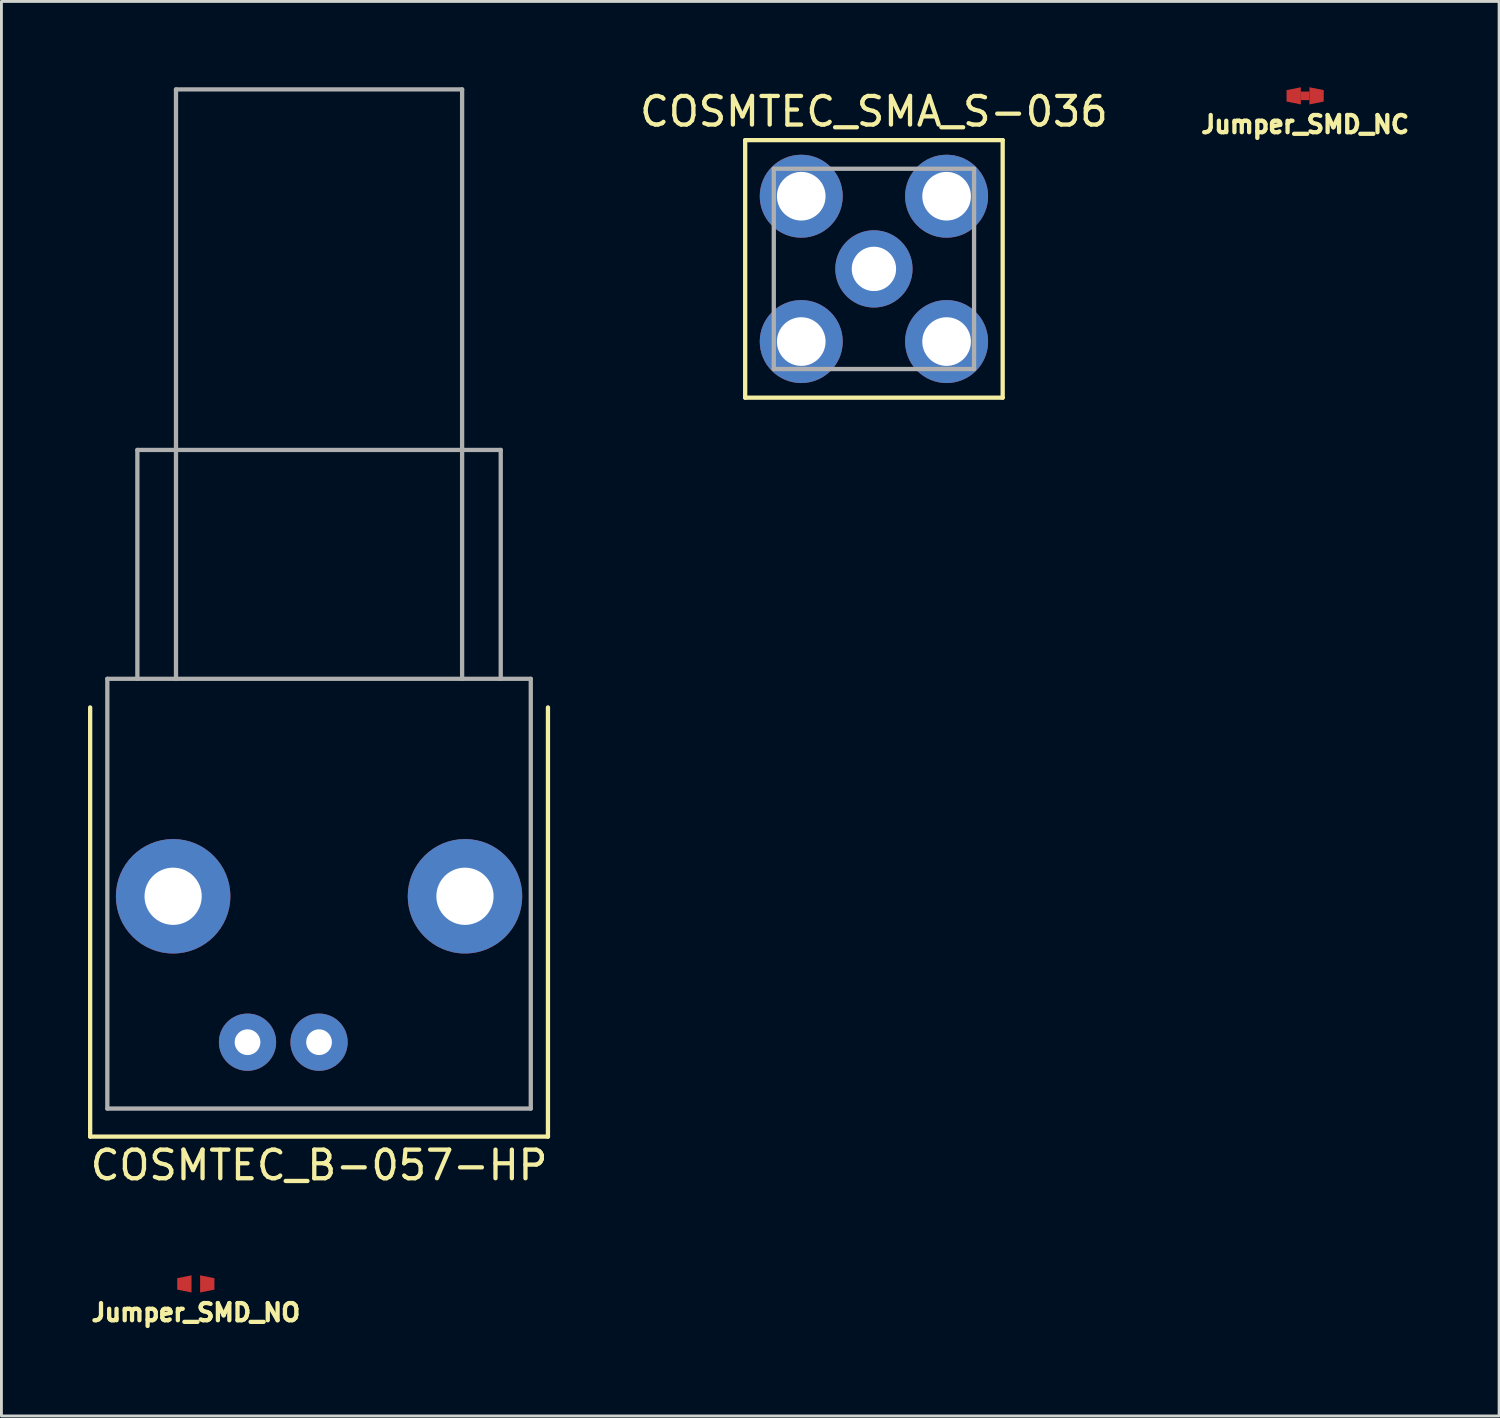
<source format=kicad_pcb>
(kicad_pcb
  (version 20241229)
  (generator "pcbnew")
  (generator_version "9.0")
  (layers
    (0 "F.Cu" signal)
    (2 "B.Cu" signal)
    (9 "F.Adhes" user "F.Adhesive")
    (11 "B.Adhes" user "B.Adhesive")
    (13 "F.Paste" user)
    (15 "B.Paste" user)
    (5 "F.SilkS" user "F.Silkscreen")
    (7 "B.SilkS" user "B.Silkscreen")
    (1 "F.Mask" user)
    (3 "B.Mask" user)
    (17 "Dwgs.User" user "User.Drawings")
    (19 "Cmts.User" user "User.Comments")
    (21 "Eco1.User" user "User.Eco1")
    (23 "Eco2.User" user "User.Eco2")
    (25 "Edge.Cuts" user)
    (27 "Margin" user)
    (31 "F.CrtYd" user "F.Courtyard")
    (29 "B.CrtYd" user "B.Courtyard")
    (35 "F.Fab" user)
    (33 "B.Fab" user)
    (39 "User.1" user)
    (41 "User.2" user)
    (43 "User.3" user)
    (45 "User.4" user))
  (footprint "COSMTEC_SMA_S-036"
    (layer "F.Cu")
    (at 27.494 6.348)
    (property "Reference" "COSMTEC_SMA_S-036" (at 0 -5.5 0) (layer "F.SilkS") (effects (font (size 1 1) (thickness 0.15))))
    (attr through_hole)
    (fp_line (start -4.5 -4.5) (end -4.5 4.5) (stroke (width 0.15) (type solid)) (layer "F.SilkS"))
    (fp_line (start -4.5 4.5) (end 4.5 4.5) (stroke (width 0.15) (type solid)) (layer "F.SilkS"))
    (fp_line (start 4.5 -4.5) (end -4.5 -4.5) (stroke (width 0.15) (type solid)) (layer "F.SilkS"))
    (fp_line (start 4.5 4.5) (end 4.5 -4.5) (stroke (width 0.15) (type solid)) (layer "F.SilkS"))
    (fp_line (start -3.5 -3.5) (end -3.5 3.5) (stroke (width 0.15) (type solid)) (layer "F.Fab"))
    (fp_line (start -3.5 3.5) (end 3.5 3.5) (stroke (width 0.15) (type solid)) (layer "F.Fab"))
    (fp_line (start 3.5 -3.5) (end -3.5 -3.5) (stroke (width 0.15) (type solid)) (layer "F.Fab"))
    (fp_line (start 3.5 3.5) (end 3.5 -3.5) (stroke (width 0.15) (type solid)) (layer "F.Fab"))
    (pad "1" thru_hole circle (at 0 0) (size 2.7 2.7) (drill 1.55) (layers "*.Cu" "*.Mask"))
    (pad "2" thru_hole circle (at -2.54 -2.54) (size 2.9 2.9) (drill 1.7) (layers "*.Cu" "*.Mask"))
    (pad "2" thru_hole circle (at -2.54 2.54) (size 2.9 2.9) (drill 1.7) (layers "*.Cu" "*.Mask"))
    (pad "2" thru_hole circle (at 2.54 -2.54) (size 2.9 2.9) (drill 1.7) (layers "*.Cu" "*.Mask"))
    (pad "2" thru_hole circle (at 2.54 2.54) (size 2.9 2.9) (drill 1.7) (layers "*.Cu" "*.Mask")))
  (footprint "Jumper_SMD_NC"
    (layer "F.Cu")
    (at 42.565 0.3)
    (property "Reference" "Jumper_SMD_NC" (at 0 1 0) (layer "F.SilkS") (effects (font (size 0.6 0.6) (thickness 0.15))))
    (attr through_hole)
    (pad "1" smd trapezoid (at -0.4 0 180) (size 0.5 0.5) (rect_delta 0.1 0) (layers "F.Cu" "F.Mask" "F.Paste"))
    (pad "1" smd trapezoid (at 0 0) (size 0.3 0.3) (layers "F.Cu" "F.Mask" "F.Paste"))
    (pad "1" smd trapezoid (at 0.4 0) (size 0.5 0.5) (rect_delta 0.1 0) (layers "F.Cu" "F.Mask" "F.Paste")))
  (footprint "COSMTEC_B-057-HP"
    (layer "F.Cu")
    (at 8.101 20.675)
    (property "Reference" "COSMTEC_B-057-HP" (at 0 17 0) (layer "F.SilkS") (effects (font (size 1 1) (thickness 0.15))))
    (attr through_hole)
    (fp_line (start -8 1) (end -8 16) (stroke (width 0.15) (type solid)) (layer "F.SilkS"))
    (fp_line (start -8 16) (end 8 16) (stroke (width 0.15) (type solid)) (layer "F.SilkS"))
    (fp_line (start 8 16) (end 8 1) (stroke (width 0.15) (type solid)) (layer "F.SilkS"))
    (fp_line (start -7.4 0) (end -7.4 15.02) (stroke (width 0.15) (type solid)) (layer "F.Fab"))
    (fp_line (start -7.4 0) (end 7.4 0) (stroke (width 0.15) (type solid)) (layer "F.Fab"))
    (fp_line (start -7.4 15.02) (end 7.4 15.02) (stroke (width 0.15) (type solid)) (layer "F.Fab"))
    (fp_line (start -6.35 -8) (end 6.35 -8) (stroke (width 0.15) (type solid)) (layer "F.Fab"))
    (fp_line (start -6.35 0) (end -6.35 -8) (stroke (width 0.15) (type solid)) (layer "F.Fab"))
    (fp_line (start -5 -20.6) (end 5 -20.6) (stroke (width 0.15) (type solid)) (layer "F.Fab"))
    (fp_line (start -5 0) (end -5 -20.6) (stroke (width 0.15) (type solid)) (layer "F.Fab"))
    (fp_line (start 5 0) (end 5 -20.6) (stroke (width 0.15) (type solid)) (layer "F.Fab"))
    (fp_line (start 6.35 0) (end 6.35 -8) (stroke (width 0.15) (type solid)) (layer "F.Fab"))
    (fp_line (start 7.4 0) (end 7.4 15.02) (stroke (width 0.15) (type solid)) (layer "F.Fab"))
    (pad "" thru_hole circle (at -5.1 7.6) (size 4 4) (drill 2) (layers "*.Cu" "*.Mask"))
    (pad "" thru_hole circle (at 5.1 7.6) (size 4 4) (drill 2) (layers "*.Cu" "*.Mask"))
    (pad "1" thru_hole circle (at 0 12.7) (size 2 2) (drill 0.9) (layers "*.Cu" "*.Mask"))
    (pad "2" thru_hole circle (at -2.5 12.7) (size 2 2) (drill 0.9) (layers "*.Cu" "*.Mask")))
  (footprint "Jumper_SMD_NO"
    (layer "F.Cu")
    (at 3.794 41.823)
    (property "Reference" "Jumper_SMD_NO" (at 0 1 0) (layer "F.SilkS") (effects (font (size 0.6 0.6) (thickness 0.15))))
    (attr through_hole)
    (pad "1" smd trapezoid (at -0.4 0 180) (size 0.5 0.5) (rect_delta 0.1 0) (layers "F.Cu" "F.Mask" "F.Paste"))
    (pad "2" smd trapezoid (at 0.4 0) (size 0.5 0.5) (rect_delta 0.1 0) (layers "F.Cu" "F.Mask" "F.Paste")))
  (gr_rect
    (start -3 -3)
    (end 49.344 46.438)
    (stroke (width 0.1) (type default))
    (fill no)
    (layer "Edge.Cuts")))
</source>
